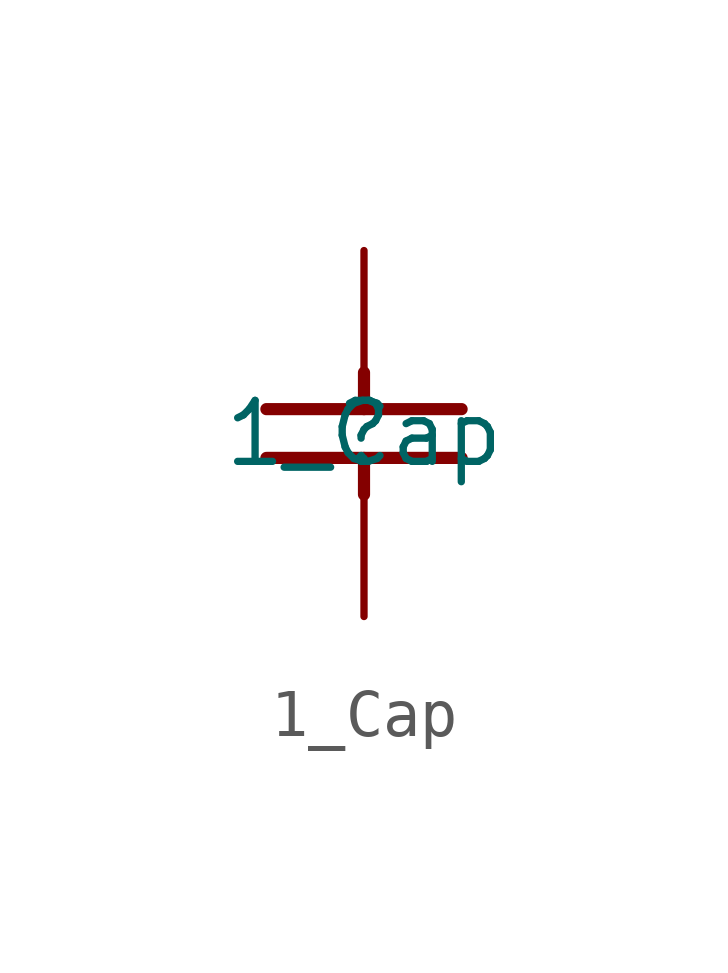
<source format=kicad_sym>
(kicad_symbol_lib
  (version 20211014)
  (generator kicad_symbol_editor)
  (symbol "1_Cap"
    (property "Reference" ""
      (at 0 0 0)
      (effects (font (size 1.27 1.27))))
    (property "Value" "1_Cap"
      (at 0 0 0)
      (effects (font (size 1.27 1.27))))
    (symbol "1_Cap_1_0"
      (polyline (pts (xy -2.032 0.508) (xy 2.032 0.508)) (stroke (width 0.254) (type default) (color 0 0 0 0)) (fill (type none)))
      (polyline (pts (xy 0 -1.27) (xy 0 -0.508)) (stroke (width 0.254) (type default) (color 0 0 0 0)) (fill (type none)))
      (polyline (pts (xy 0 1.27) (xy 0 0.508)) (stroke (width 0.254) (type default) (color 0 0 0 0)) (fill (type none)))
      (polyline (pts (xy 2.032 -0.508) (xy -2.032 -0.508)) (stroke (width 0.254) (type default) (color 0 0 0 0)) (fill (type none)))
      (pin passive line (at 0 -3.81 90) (length 2.54) (name "1" (effects (font (size 0 0)))) (number "1" (effects (font (size 0 0)))))
      (pin passive line (at 0 3.81 270) (length 2.54) (name "2" (effects (font (size 0 0)))) (number "2" (effects (font (size 0 0))))))))
</source>
